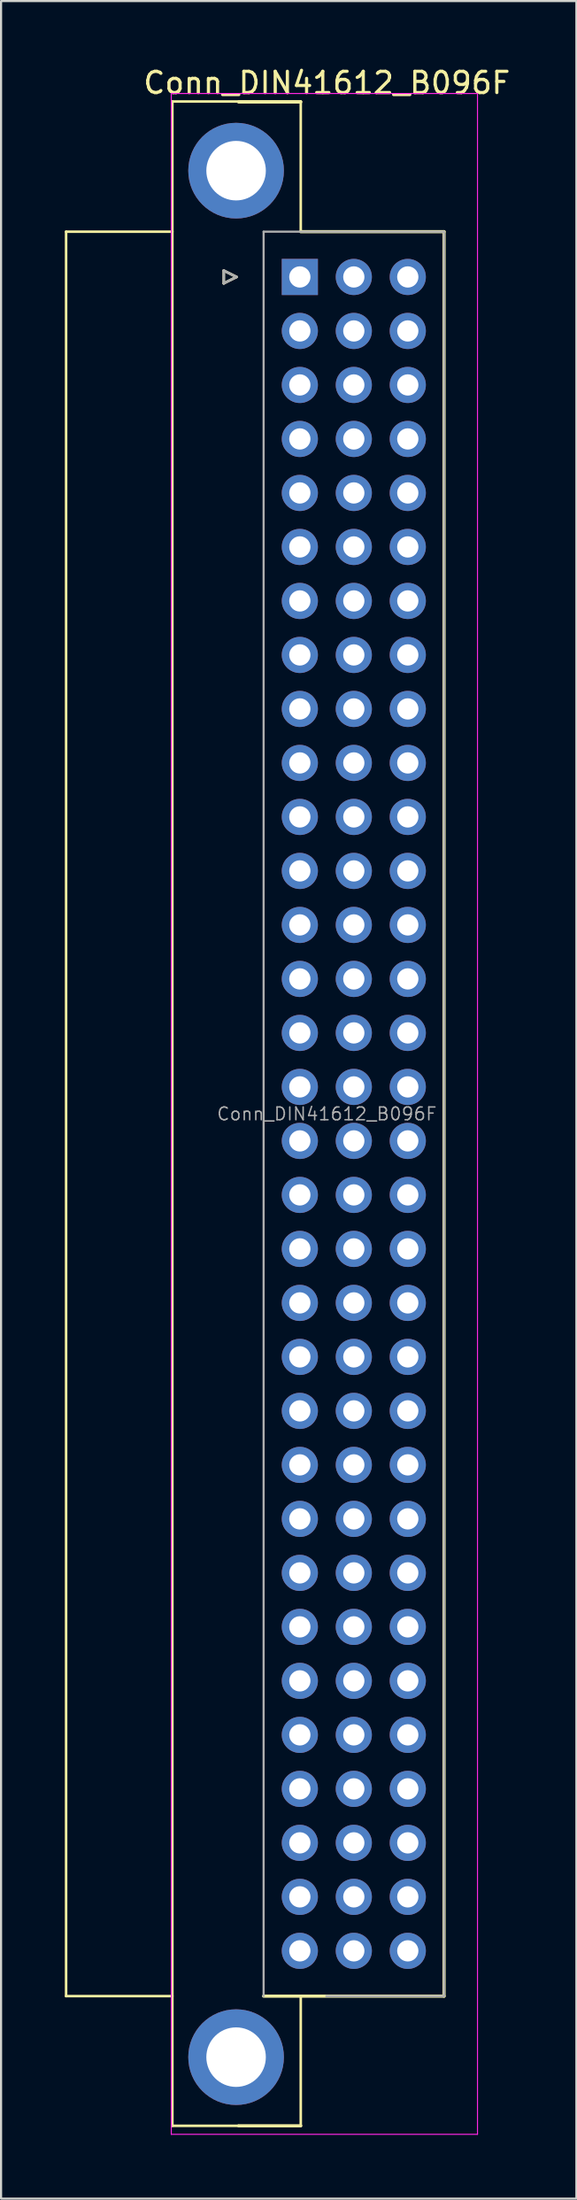
<source format=kicad_pcb>
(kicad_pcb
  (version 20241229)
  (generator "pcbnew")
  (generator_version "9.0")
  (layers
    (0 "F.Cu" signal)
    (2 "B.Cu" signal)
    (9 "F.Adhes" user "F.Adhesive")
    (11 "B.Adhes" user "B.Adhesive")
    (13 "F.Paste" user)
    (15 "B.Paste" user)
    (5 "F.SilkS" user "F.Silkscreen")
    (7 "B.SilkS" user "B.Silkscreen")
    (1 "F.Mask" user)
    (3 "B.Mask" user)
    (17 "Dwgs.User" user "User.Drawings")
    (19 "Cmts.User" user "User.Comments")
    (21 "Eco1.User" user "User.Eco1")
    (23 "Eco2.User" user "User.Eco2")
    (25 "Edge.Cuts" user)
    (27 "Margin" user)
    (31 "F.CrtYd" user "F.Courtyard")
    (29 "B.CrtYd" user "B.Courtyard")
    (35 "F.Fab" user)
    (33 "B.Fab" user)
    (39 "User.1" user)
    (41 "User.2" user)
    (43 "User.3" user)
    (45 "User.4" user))
  (footprint "Conn_DIN41612_B096F"
    (layer "F.Cu")
    (at 11.06 9.978)
    (property "Reference" "Conn_DIN41612_B096F" (at 1.27 -9.13 0) (layer "F.SilkS") (effects (font (size 1 1) (thickness 0.15))))
    (attr through_hole)
    (fp_line (start -11 -2.13) (end -6 -2.13) (stroke (width 0.12) (type solid)) (layer "F.SilkS"))
    (fp_line (start -11 80.87) (end -11 -2.13) (stroke (width 0.12) (type solid)) (layer "F.SilkS"))
    (fp_line (start -6 -8.255) (end -6 86.97) (stroke (width 0.12) (type solid)) (layer "F.SilkS"))
    (fp_line (start -6 80.87) (end -11 80.87) (stroke (width 0.12) (type solid)) (layer "F.SilkS"))
    (fp_line (start -6 86.97) (end -2.88 86.97) (stroke (width 0.12) (type solid)) (layer "F.SilkS"))
    (fp_line (start -3.58 -0.3) (end -3.58 0.3) (stroke (width 0.12) (type solid)) (layer "F.SilkS"))
    (fp_line (start -3.58 0.3) (end -2.98 0) (stroke (width 0.12) (type solid)) (layer "F.SilkS"))
    (fp_line (start -2.98 0) (end -3.58 -0.3) (stroke (width 0.12) (type solid)) (layer "F.SilkS"))
    (fp_line (start -2.88 86.97) (end 0.043 86.97) (stroke (width 0.15) (type solid)) (layer "F.SilkS"))
    (fp_line (start 0.043 -8.255) (end -6 -8.255) (stroke (width 0.12) (type solid)) (layer "F.SilkS"))
    (fp_line (start 0.043 -8.23) (end -2.88 -8.23) (stroke (width 0.15) (type solid)) (layer "F.SilkS"))
    (fp_line (start 0.043 -2.167) (end 0.043 -8.255) (stroke (width 0.12) (type solid)) (layer "F.SilkS"))
    (fp_line (start 0.043 -2.13) (end 6.785 -2.13) (stroke (width 0.15) (type solid)) (layer "F.SilkS"))
    (fp_line (start 0.043 86.97) (end 0.043 80.87) (stroke (width 0.12) (type solid)) (layer "F.SilkS"))
    (fp_line (start 6.785 80.87) (end -1.705 80.87) (stroke (width 0.15) (type solid)) (layer "F.SilkS"))
    (fp_line (start 6.785 80.87) (end 6.785 -2.13) (stroke (width 0.15) (type solid)) (layer "F.SilkS"))
    (fp_line (start -6.05 -8.63) (end -6.05 87.37) (stroke (width 0.05) (type solid)) (layer "F.CrtYd"))
    (fp_line (start -6.05 87.37) (end 8.36 87.37) (stroke (width 0.05) (type solid)) (layer "F.CrtYd"))
    (fp_line (start 8.36 -8.63) (end -6.05 -8.63) (stroke (width 0.05) (type solid)) (layer "F.CrtYd"))
    (fp_line (start 8.36 87.37) (end 8.36 -8.63) (stroke (width 0.05) (type solid)) (layer "F.CrtYd"))
    (fp_line (start -3.58 -0.3) (end -3.58 0.3) (stroke (width 0.12) (type solid)) (layer "F.Fab"))
    (fp_line (start -3.58 0.3) (end -2.98 0) (stroke (width 0.12) (type solid)) (layer "F.Fab"))
    (fp_line (start -2.98 0) (end -3.58 -0.3) (stroke (width 0.12) (type solid)) (layer "F.Fab"))
    (fp_line (start -1.705 -2.13) (end 6.785 -2.13) (stroke (width 0.1) (type solid)) (layer "F.Fab"))
    (fp_line (start -1.705 80.87) (end -1.705 -2.13) (stroke (width 0.1) (type solid)) (layer "F.Fab"))
    (fp_line (start 6.785 -2.13) (end 6.785 80.87) (stroke (width 0.1) (type solid)) (layer "F.Fab"))
    (fp_line (start 6.785 80.87) (end 1.245 80.87) (stroke (width 0.1) (type solid)) (layer "F.Fab"))
    (fp_text user "${REFERENCE}" (at 1.27 39.37 0) (layer "F.Fab") (effects (font (size 0.6 0.6) (thickness 0.07))))
    (pad "" thru_hole circle (at -3 -5) (size 4.5 4.5) (drill 2.8) (layers "*.Cu" "*.Mask"))
    (pad "" thru_hole circle (at -3 83.74) (size 4.5 4.5) (drill 2.8) (layers "*.Cu" "*.Mask"))
    (pad "A1" thru_hole circle (at 0 78.74) (size 1.7 1.7) (drill 1) (layers "*.Cu" "*.Mask"))
    (pad "A2" thru_hole circle (at 0 76.2) (size 1.7 1.7) (drill 1) (layers "*.Cu" "*.Mask"))
    (pad "A3" thru_hole circle (at 0 73.66) (size 1.7 1.7) (drill 1) (layers "*.Cu" "*.Mask"))
    (pad "A4" thru_hole circle (at 0 71.12) (size 1.7 1.7) (drill 1) (layers "*.Cu" "*.Mask"))
    (pad "A5" thru_hole circle (at 0 68.58) (size 1.7 1.7) (drill 1) (layers "*.Cu" "*.Mask"))
    (pad "A6" thru_hole circle (at 0 66.04) (size 1.7 1.7) (drill 1) (layers "*.Cu" "*.Mask"))
    (pad "A7" thru_hole circle (at 0 63.5) (size 1.7 1.7) (drill 1) (layers "*.Cu" "*.Mask"))
    (pad "A8" thru_hole circle (at 0 60.96) (size 1.7 1.7) (drill 1) (layers "*.Cu" "*.Mask"))
    (pad "A9" thru_hole circle (at 0 58.42) (size 1.7 1.7) (drill 1) (layers "*.Cu" "*.Mask"))
    (pad "A10" thru_hole circle (at 0 55.88) (size 1.7 1.7) (drill 1) (layers "*.Cu" "*.Mask"))
    (pad "A11" thru_hole circle (at 0 53.34) (size 1.7 1.7) (drill 1) (layers "*.Cu" "*.Mask"))
    (pad "A12" thru_hole circle (at 0 50.8) (size 1.7 1.7) (drill 1) (layers "*.Cu" "*.Mask"))
    (pad "A13" thru_hole circle (at 0 48.26) (size 1.7 1.7) (drill 1) (layers "*.Cu" "*.Mask"))
    (pad "A14" thru_hole circle (at 0 45.72) (size 1.7 1.7) (drill 1) (layers "*.Cu" "*.Mask"))
    (pad "A15" thru_hole circle (at 0 43.18) (size 1.7 1.7) (drill 1) (layers "*.Cu" "*.Mask"))
    (pad "A16" thru_hole circle (at 0 40.64) (size 1.7 1.7) (drill 1) (layers "*.Cu" "*.Mask"))
    (pad "A17" thru_hole circle (at 0 38.1) (size 1.7 1.7) (drill 1) (layers "*.Cu" "*.Mask"))
    (pad "A18" thru_hole circle (at 0 35.56) (size 1.7 1.7) (drill 1) (layers "*.Cu" "*.Mask"))
    (pad "A19" thru_hole circle (at 0 33.02) (size 1.7 1.7) (drill 1) (layers "*.Cu" "*.Mask"))
    (pad "A20" thru_hole circle (at 0 30.48) (size 1.7 1.7) (drill 1) (layers "*.Cu" "*.Mask"))
    (pad "A21" thru_hole circle (at 0 27.94) (size 1.7 1.7) (drill 1) (layers "*.Cu" "*.Mask"))
    (pad "A22" thru_hole circle (at 0 25.4) (size 1.7 1.7) (drill 1) (layers "*.Cu" "*.Mask"))
    (pad "A23" thru_hole circle (at 0 22.86) (size 1.7 1.7) (drill 1) (layers "*.Cu" "*.Mask"))
    (pad "A24" thru_hole circle (at 0 20.32) (size 1.7 1.7) (drill 1) (layers "*.Cu" "*.Mask"))
    (pad "A25" thru_hole circle (at 0 17.78) (size 1.7 1.7) (drill 1) (layers "*.Cu" "*.Mask"))
    (pad "A26" thru_hole circle (at 0 15.24) (size 1.7 1.7) (drill 1) (layers "*.Cu" "*.Mask"))
    (pad "A27" thru_hole circle (at 0 12.7) (size 1.7 1.7) (drill 1) (layers "*.Cu" "*.Mask"))
    (pad "A28" thru_hole circle (at 0 10.16) (size 1.7 1.7) (drill 1) (layers "*.Cu" "*.Mask"))
    (pad "A29" thru_hole circle (at 0 7.62) (size 1.7 1.7) (drill 1) (layers "*.Cu" "*.Mask"))
    (pad "A30" thru_hole circle (at 0 5.08) (size 1.7 1.7) (drill 1) (layers "*.Cu" "*.Mask"))
    (pad "A31" thru_hole circle (at 0 2.54) (size 1.7 1.7) (drill 1) (layers "*.Cu" "*.Mask"))
    (pad "A32" thru_hole rect (at 0 0) (size 1.7 1.7) (drill 1) (layers "*.Cu" "*.Mask"))
    (pad "B1" thru_hole circle (at 2.54 78.74) (size 1.7 1.7) (drill 1) (layers "*.Cu" "*.Mask"))
    (pad "B2" thru_hole circle (at 2.54 76.2) (size 1.7 1.7) (drill 1) (layers "*.Cu" "*.Mask"))
    (pad "B3" thru_hole circle (at 2.54 73.66) (size 1.7 1.7) (drill 1) (layers "*.Cu" "*.Mask"))
    (pad "B4" thru_hole circle (at 2.54 71.12) (size 1.7 1.7) (drill 1) (layers "*.Cu" "*.Mask"))
    (pad "B5" thru_hole circle (at 2.54 68.58) (size 1.7 1.7) (drill 1) (layers "*.Cu" "*.Mask"))
    (pad "B6" thru_hole circle (at 2.54 66.04) (size 1.7 1.7) (drill 1) (layers "*.Cu" "*.Mask"))
    (pad "B7" thru_hole circle (at 2.54 63.5) (size 1.7 1.7) (drill 1) (layers "*.Cu" "*.Mask"))
    (pad "B8" thru_hole circle (at 2.54 60.96) (size 1.7 1.7) (drill 1) (layers "*.Cu" "*.Mask"))
    (pad "B9" thru_hole circle (at 2.54 58.42) (size 1.7 1.7) (drill 1) (layers "*.Cu" "*.Mask"))
    (pad "B10" thru_hole circle (at 2.54 55.88) (size 1.7 1.7) (drill 1) (layers "*.Cu" "*.Mask"))
    (pad "B11" thru_hole circle (at 2.54 53.34) (size 1.7 1.7) (drill 1) (layers "*.Cu" "*.Mask"))
    (pad "B12" thru_hole circle (at 2.54 50.8) (size 1.7 1.7) (drill 1) (layers "*.Cu" "*.Mask"))
    (pad "B13" thru_hole circle (at 2.54 48.26) (size 1.7 1.7) (drill 1) (layers "*.Cu" "*.Mask"))
    (pad "B14" thru_hole circle (at 2.54 45.72) (size 1.7 1.7) (drill 1) (layers "*.Cu" "*.Mask"))
    (pad "B15" thru_hole circle (at 2.54 43.18) (size 1.7 1.7) (drill 1) (layers "*.Cu" "*.Mask"))
    (pad "B16" thru_hole circle (at 2.54 40.64) (size 1.7 1.7) (drill 1) (layers "*.Cu" "*.Mask"))
    (pad "B17" thru_hole circle (at 2.54 38.1) (size 1.7 1.7) (drill 1) (layers "*.Cu" "*.Mask"))
    (pad "B18" thru_hole circle (at 2.54 35.56) (size 1.7 1.7) (drill 1) (layers "*.Cu" "*.Mask"))
    (pad "B19" thru_hole circle (at 2.54 33.02) (size 1.7 1.7) (drill 1) (layers "*.Cu" "*.Mask"))
    (pad "B20" thru_hole circle (at 2.54 30.48) (size 1.7 1.7) (drill 1) (layers "*.Cu" "*.Mask"))
    (pad "B21" thru_hole circle (at 2.54 27.94) (size 1.7 1.7) (drill 1) (layers "*.Cu" "*.Mask"))
    (pad "B22" thru_hole circle (at 2.54 25.4) (size 1.7 1.7) (drill 1) (layers "*.Cu" "*.Mask"))
    (pad "B23" thru_hole circle (at 2.54 22.86) (size 1.7 1.7) (drill 1) (layers "*.Cu" "*.Mask"))
    (pad "B24" thru_hole circle (at 2.54 20.32) (size 1.7 1.7) (drill 1) (layers "*.Cu" "*.Mask"))
    (pad "B25" thru_hole circle (at 2.54 17.78) (size 1.7 1.7) (drill 1) (layers "*.Cu" "*.Mask"))
    (pad "B26" thru_hole circle (at 2.54 15.24) (size 1.7 1.7) (drill 1) (layers "*.Cu" "*.Mask"))
    (pad "B27" thru_hole circle (at 2.54 12.7) (size 1.7 1.7) (drill 1) (layers "*.Cu" "*.Mask"))
    (pad "B28" thru_hole circle (at 2.54 10.16) (size 1.7 1.7) (drill 1) (layers "*.Cu" "*.Mask"))
    (pad "B29" thru_hole circle (at 2.54 7.62) (size 1.7 1.7) (drill 1) (layers "*.Cu" "*.Mask"))
    (pad "B30" thru_hole circle (at 2.54 5.08) (size 1.7 1.7) (drill 1) (layers "*.Cu" "*.Mask"))
    (pad "B31" thru_hole circle (at 2.54 2.54) (size 1.7 1.7) (drill 1) (layers "*.Cu" "*.Mask"))
    (pad "B32" thru_hole circle (at 2.54 0) (size 1.7 1.7) (drill 1) (layers "*.Cu" "*.Mask"))
    (pad "C1" thru_hole circle (at 5.08 78.74) (size 1.7 1.7) (drill 1) (layers "*.Cu" "*.Mask"))
    (pad "C2" thru_hole circle (at 5.08 76.2) (size 1.7 1.7) (drill 1) (layers "*.Cu" "*.Mask"))
    (pad "C3" thru_hole circle (at 5.08 73.66) (size 1.7 1.7) (drill 1) (layers "*.Cu" "*.Mask"))
    (pad "C4" thru_hole circle (at 5.08 71.12) (size 1.7 1.7) (drill 1) (layers "*.Cu" "*.Mask"))
    (pad "C5" thru_hole circle (at 5.08 68.58) (size 1.7 1.7) (drill 1) (layers "*.Cu" "*.Mask"))
    (pad "C6" thru_hole circle (at 5.08 66.04) (size 1.7 1.7) (drill 1) (layers "*.Cu" "*.Mask"))
    (pad "C7" thru_hole circle (at 5.08 63.5) (size 1.7 1.7) (drill 1) (layers "*.Cu" "*.Mask"))
    (pad "C8" thru_hole circle (at 5.08 60.96) (size 1.7 1.7) (drill 1) (layers "*.Cu" "*.Mask"))
    (pad "C9" thru_hole circle (at 5.08 58.42) (size 1.7 1.7) (drill 1) (layers "*.Cu" "*.Mask"))
    (pad "C10" thru_hole circle (at 5.08 55.88) (size 1.7 1.7) (drill 1) (layers "*.Cu" "*.Mask"))
    (pad "C11" thru_hole circle (at 5.08 53.34) (size 1.7 1.7) (drill 1) (layers "*.Cu" "*.Mask"))
    (pad "C12" thru_hole circle (at 5.08 50.8) (size 1.7 1.7) (drill 1) (layers "*.Cu" "*.Mask"))
    (pad "C13" thru_hole circle (at 5.08 48.26) (size 1.7 1.7) (drill 1) (layers "*.Cu" "*.Mask"))
    (pad "C14" thru_hole circle (at 5.08 45.72) (size 1.7 1.7) (drill 1) (layers "*.Cu" "*.Mask"))
    (pad "C15" thru_hole circle (at 5.08 43.18) (size 1.7 1.7) (drill 1) (layers "*.Cu" "*.Mask"))
    (pad "C16" thru_hole circle (at 5.08 40.64) (size 1.7 1.7) (drill 1) (layers "*.Cu" "*.Mask"))
    (pad "C17" thru_hole circle (at 5.08 38.1) (size 1.7 1.7) (drill 1) (layers "*.Cu" "*.Mask"))
    (pad "C18" thru_hole circle (at 5.08 35.56) (size 1.7 1.7) (drill 1) (layers "*.Cu" "*.Mask"))
    (pad "C19" thru_hole circle (at 5.08 33.02) (size 1.7 1.7) (drill 1) (layers "*.Cu" "*.Mask"))
    (pad "C20" thru_hole circle (at 5.08 30.48) (size 1.7 1.7) (drill 1) (layers "*.Cu" "*.Mask"))
    (pad "C21" thru_hole circle (at 5.08 27.94) (size 1.7 1.7) (drill 1) (layers "*.Cu" "*.Mask"))
    (pad "C22" thru_hole circle (at 5.08 25.4) (size 1.7 1.7) (drill 1) (layers "*.Cu" "*.Mask"))
    (pad "C23" thru_hole circle (at 5.08 22.86) (size 1.7 1.7) (drill 1) (layers "*.Cu" "*.Mask"))
    (pad "C24" thru_hole circle (at 5.08 20.32) (size 1.7 1.7) (drill 1) (layers "*.Cu" "*.Mask"))
    (pad "C25" thru_hole circle (at 5.08 17.78) (size 1.7 1.7) (drill 1) (layers "*.Cu" "*.Mask"))
    (pad "C26" thru_hole circle (at 5.08 15.24) (size 1.7 1.7) (drill 1) (layers "*.Cu" "*.Mask"))
    (pad "C27" thru_hole circle (at 5.08 12.7) (size 1.7 1.7) (drill 1) (layers "*.Cu" "*.Mask"))
    (pad "C28" thru_hole circle (at 5.08 10.16) (size 1.7 1.7) (drill 1) (layers "*.Cu" "*.Mask"))
    (pad "C29" thru_hole circle (at 5.08 7.62) (size 1.7 1.7) (drill 1) (layers "*.Cu" "*.Mask"))
    (pad "C30" thru_hole circle (at 5.08 5.08) (size 1.7 1.7) (drill 1) (layers "*.Cu" "*.Mask"))
    (pad "C31" thru_hole circle (at 5.08 2.54) (size 1.7 1.7) (drill 1) (layers "*.Cu" "*.Mask"))
    (pad "C32" thru_hole circle (at 5.08 0) (size 1.7 1.7) (drill 1) (layers "*.Cu" "*.Mask")))
  (gr_rect
    (start -3 -3)
    (end 24.074 100.373)
    (stroke (width 0.1) (type default))
    (fill no)
    (layer "Edge.Cuts")))
</source>
